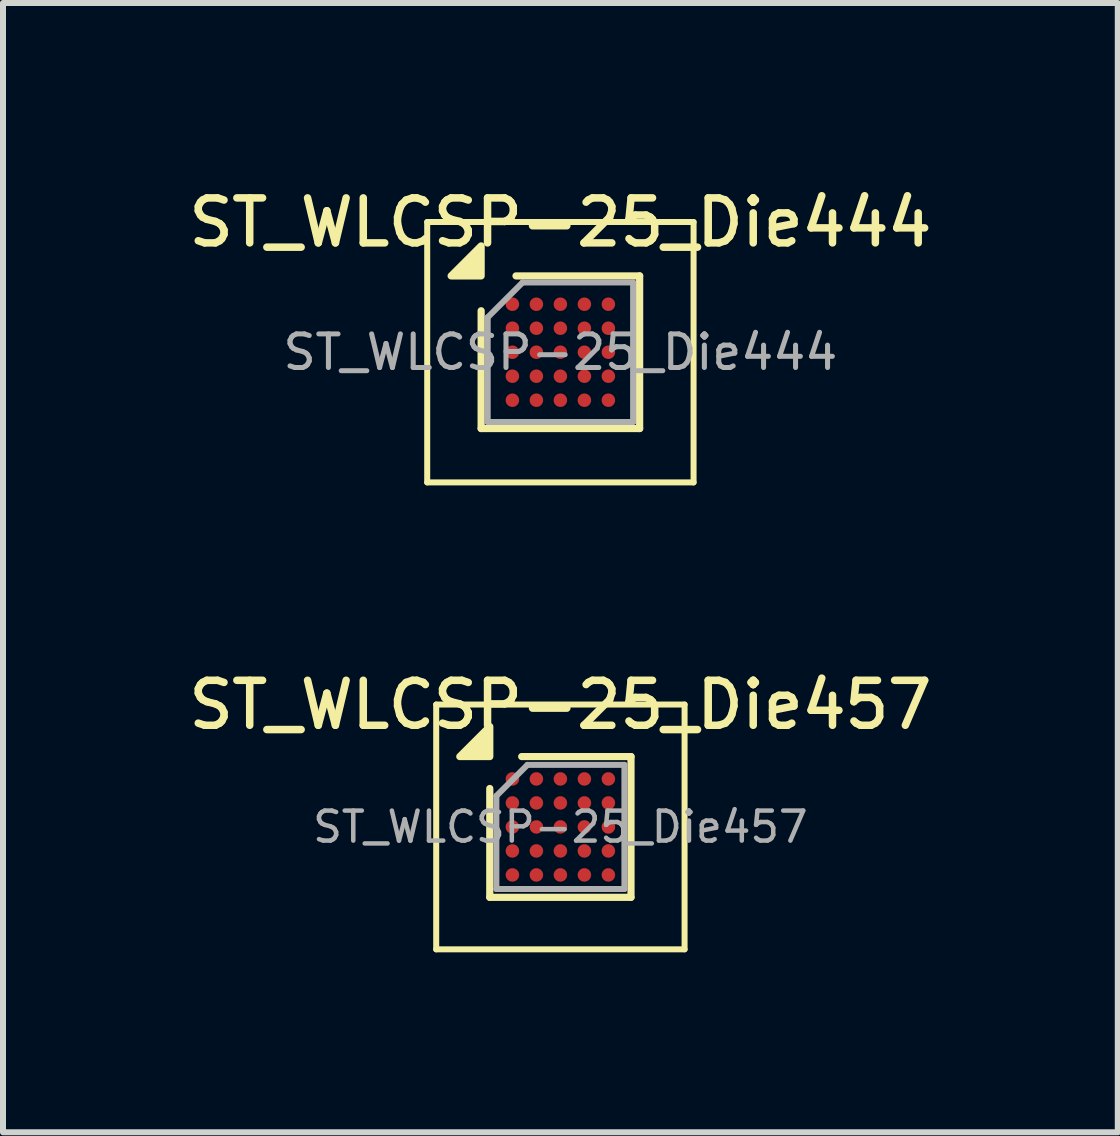
<source format=kicad_pcb>
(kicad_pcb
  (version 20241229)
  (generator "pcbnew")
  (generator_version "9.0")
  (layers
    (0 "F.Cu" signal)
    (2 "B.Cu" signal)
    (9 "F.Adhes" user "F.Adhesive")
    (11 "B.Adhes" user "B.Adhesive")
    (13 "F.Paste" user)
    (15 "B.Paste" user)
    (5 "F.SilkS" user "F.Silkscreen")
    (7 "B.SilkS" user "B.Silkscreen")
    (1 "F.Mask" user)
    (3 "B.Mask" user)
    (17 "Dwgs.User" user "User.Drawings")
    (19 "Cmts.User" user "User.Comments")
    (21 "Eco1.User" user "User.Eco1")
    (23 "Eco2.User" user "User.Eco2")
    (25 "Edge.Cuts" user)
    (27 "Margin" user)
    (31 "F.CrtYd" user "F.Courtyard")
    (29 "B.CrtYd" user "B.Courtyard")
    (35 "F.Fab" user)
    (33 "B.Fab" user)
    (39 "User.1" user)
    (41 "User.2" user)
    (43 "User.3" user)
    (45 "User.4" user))
  (footprint "ST_WLCSP-25_Die444"
    (layer "F.Cu")
    (at 6.291 2.821)
    (property "Reference" "ST_WLCSP-25_Die444" (at 0 -2.163 0) (layer "F.SilkS") (effects (font (size 0.75 0.75) (thickness 0.125))))
    (attr smd)
    (fp_line (start -2.22 -2.17) (end -2.22 2.17) (stroke (width 0.1) (type solid)) (layer "F.SilkS"))
    (fp_line (start -2.22 2.17) (end 2.22 2.17) (stroke (width 0.1) (type solid)) (layer "F.SilkS"))
    (fp_line (start -1.321 1.272) (end -1.321 -0.691) (stroke (width 0.12) (type solid)) (layer "F.SilkS"))
    (fp_line (start -0.74 -1.272) (end 1.321 -1.272) (stroke (width 0.12) (type solid)) (layer "F.SilkS"))
    (fp_line (start 1.321 -1.272) (end 1.321 1.272) (stroke (width 0.12) (type solid)) (layer "F.SilkS"))
    (fp_line (start 1.321 1.272) (end -1.321 1.272) (stroke (width 0.12) (type solid)) (layer "F.SilkS"))
    (fp_line (start 2.22 -2.17) (end -2.22 -2.17) (stroke (width 0.1) (type solid)) (layer "F.SilkS"))
    (fp_line (start 2.22 2.17) (end 2.22 -2.17) (stroke (width 0.1) (type solid)) (layer "F.SilkS"))
    (fp_poly (pts (xy -1.321 -1.272) (xy -1.821 -1.272) (xy -1.321 -1.772) (xy -1.321 -1.272)) (stroke (width 0.12) (type solid)) (fill yes) (layer "F.SilkS"))
    (fp_line (start -1.212 -0.581) (end -0.63 -1.163) (stroke (width 0.1) (type solid)) (layer "F.Fab"))
    (fp_line (start -1.212 1.163) (end -1.212 -0.581) (stroke (width 0.1) (type solid)) (layer "F.Fab"))
    (fp_line (start -0.63 -1.163) (end 1.212 -1.163) (stroke (width 0.1) (type solid)) (layer "F.Fab"))
    (fp_line (start 1.212 -1.163) (end 1.212 1.163) (stroke (width 0.1) (type solid)) (layer "F.Fab"))
    (fp_line (start 1.212 1.163) (end -1.212 1.163) (stroke (width 0.1) (type solid)) (layer "F.Fab"))
    (fp_text user "${REFERENCE}" (at 0 0 0) (layer "F.Fab") (effects (font (size 0.56 0.56) (thickness 0.084))))
    (pad "A1" smd circle (at -0.8 -0.8) (size 0.225 0.225) (property pad_prop_bga) (layers "F.Cu" "F.Mask" "F.Paste"))
    (pad "A2" smd circle (at -0.4 -0.8) (size 0.225 0.225) (property pad_prop_bga) (layers "F.Cu" "F.Mask" "F.Paste"))
    (pad "A3" smd circle (at 0 -0.8) (size 0.225 0.225) (property pad_prop_bga) (layers "F.Cu" "F.Mask" "F.Paste"))
    (pad "A4" smd circle (at 0.4 -0.8) (size 0.225 0.225) (property pad_prop_bga) (layers "F.Cu" "F.Mask" "F.Paste"))
    (pad "A5" smd circle (at 0.8 -0.8) (size 0.225 0.225) (property pad_prop_bga) (layers "F.Cu" "F.Mask" "F.Paste"))
    (pad "B1" smd circle (at -0.8 -0.4) (size 0.225 0.225) (property pad_prop_bga) (layers "F.Cu" "F.Mask" "F.Paste"))
    (pad "B2" smd circle (at -0.4 -0.4) (size 0.225 0.225) (property pad_prop_bga) (layers "F.Cu" "F.Mask" "F.Paste"))
    (pad "B3" smd circle (at 0 -0.4) (size 0.225 0.225) (property pad_prop_bga) (layers "F.Cu" "F.Mask" "F.Paste"))
    (pad "B4" smd circle (at 0.4 -0.4) (size 0.225 0.225) (property pad_prop_bga) (layers "F.Cu" "F.Mask" "F.Paste"))
    (pad "B5" smd circle (at 0.8 -0.4) (size 0.225 0.225) (property pad_prop_bga) (layers "F.Cu" "F.Mask" "F.Paste"))
    (pad "C1" smd circle (at -0.8 0) (size 0.225 0.225) (property pad_prop_bga) (layers "F.Cu" "F.Mask" "F.Paste"))
    (pad "C2" smd circle (at -0.4 0) (size 0.225 0.225) (property pad_prop_bga) (layers "F.Cu" "F.Mask" "F.Paste"))
    (pad "C3" smd circle (at 0 0) (size 0.225 0.225) (property pad_prop_bga) (layers "F.Cu" "F.Mask" "F.Paste"))
    (pad "C4" smd circle (at 0.4 0) (size 0.225 0.225) (property pad_prop_bga) (layers "F.Cu" "F.Mask" "F.Paste"))
    (pad "C5" smd circle (at 0.8 0) (size 0.225 0.225) (property pad_prop_bga) (layers "F.Cu" "F.Mask" "F.Paste"))
    (pad "D1" smd circle (at -0.8 0.4) (size 0.225 0.225) (property pad_prop_bga) (layers "F.Cu" "F.Mask" "F.Paste"))
    (pad "D2" smd circle (at -0.4 0.4) (size 0.225 0.225) (property pad_prop_bga) (layers "F.Cu" "F.Mask" "F.Paste"))
    (pad "D3" smd circle (at 0 0.4) (size 0.225 0.225) (property pad_prop_bga) (layers "F.Cu" "F.Mask" "F.Paste"))
    (pad "D4" smd circle (at 0.4 0.4) (size 0.225 0.225) (property pad_prop_bga) (layers "F.Cu" "F.Mask" "F.Paste"))
    (pad "D5" smd circle (at 0.8 0.4) (size 0.225 0.225) (property pad_prop_bga) (layers "F.Cu" "F.Mask" "F.Paste"))
    (pad "E1" smd circle (at -0.8 0.8) (size 0.225 0.225) (property pad_prop_bga) (layers "F.Cu" "F.Mask" "F.Paste"))
    (pad "E2" smd circle (at -0.4 0.8) (size 0.225 0.225) (property pad_prop_bga) (layers "F.Cu" "F.Mask" "F.Paste"))
    (pad "E3" smd circle (at 0 0.8) (size 0.225 0.225) (property pad_prop_bga) (layers "F.Cu" "F.Mask" "F.Paste"))
    (pad "E4" smd circle (at 0.4 0.8) (size 0.225 0.225) (property pad_prop_bga) (layers "F.Cu" "F.Mask" "F.Paste"))
    (pad "E5" smd circle (at 0.8 0.8) (size 0.225 0.225) (property pad_prop_bga) (layers "F.Cu" "F.Mask" "F.Paste")))
  (footprint "ST_WLCSP-25_Die457"
    (layer "F.Cu")
    (at 6.291 10.734)
    (property "Reference" "ST_WLCSP-25_Die457" (at 0 -2.035 0) (layer "F.SilkS") (effects (font (size 0.75 0.75) (thickness 0.125))))
    (attr smd)
    (fp_line (start -2.07 -2.04) (end -2.07 2.04) (stroke (width 0.1) (type solid)) (layer "F.SilkS"))
    (fp_line (start -2.07 2.04) (end 2.07 2.04) (stroke (width 0.1) (type solid)) (layer "F.SilkS"))
    (fp_line (start -1.177 1.173) (end -1.177 -0.641) (stroke (width 0.12) (type solid)) (layer "F.SilkS"))
    (fp_line (start -0.645 -1.173) (end 1.177 -1.173) (stroke (width 0.12) (type solid)) (layer "F.SilkS"))
    (fp_line (start 1.177 -1.173) (end 1.177 1.173) (stroke (width 0.12) (type solid)) (layer "F.SilkS"))
    (fp_line (start 1.177 1.173) (end -1.177 1.173) (stroke (width 0.12) (type solid)) (layer "F.SilkS"))
    (fp_line (start 2.07 -2.04) (end -2.07 -2.04) (stroke (width 0.1) (type solid)) (layer "F.SilkS"))
    (fp_line (start 2.07 2.04) (end 2.07 -2.04) (stroke (width 0.1) (type solid)) (layer "F.SilkS"))
    (fp_poly (pts (xy -1.177 -1.173) (xy -1.677 -1.173) (xy -1.177 -1.673) (xy -1.177 -1.173)) (stroke (width 0.12) (type solid)) (fill yes) (layer "F.SilkS"))
    (fp_line (start -1.067 -0.517) (end -0.549 -1.035) (stroke (width 0.1) (type solid)) (layer "F.Fab"))
    (fp_line (start -1.067 1.035) (end -1.067 -0.517) (stroke (width 0.1) (type solid)) (layer "F.Fab"))
    (fp_line (start -0.549 -1.035) (end 1.067 -1.035) (stroke (width 0.1) (type solid)) (layer "F.Fab"))
    (fp_line (start 1.067 -1.035) (end 1.067 1.035) (stroke (width 0.1) (type solid)) (layer "F.Fab"))
    (fp_line (start 1.067 1.035) (end -1.067 1.035) (stroke (width 0.1) (type solid)) (layer "F.Fab"))
    (fp_text user "${REFERENCE}" (at 0 0 0) (layer "F.Fab") (effects (font (size 0.5 0.5) (thickness 0.075))))
    (pad "A1" smd circle (at -0.8 -0.8) (size 0.225 0.225) (property pad_prop_bga) (layers "F.Cu" "F.Mask" "F.Paste"))
    (pad "A2" smd circle (at -0.4 -0.8) (size 0.225 0.225) (property pad_prop_bga) (layers "F.Cu" "F.Mask" "F.Paste"))
    (pad "A3" smd circle (at 0 -0.8) (size 0.225 0.225) (property pad_prop_bga) (layers "F.Cu" "F.Mask" "F.Paste"))
    (pad "A4" smd circle (at 0.4 -0.8) (size 0.225 0.225) (property pad_prop_bga) (layers "F.Cu" "F.Mask" "F.Paste"))
    (pad "A5" smd circle (at 0.8 -0.8) (size 0.225 0.225) (property pad_prop_bga) (layers "F.Cu" "F.Mask" "F.Paste"))
    (pad "B1" smd circle (at -0.8 -0.4) (size 0.225 0.225) (property pad_prop_bga) (layers "F.Cu" "F.Mask" "F.Paste"))
    (pad "B2" smd circle (at -0.4 -0.4) (size 0.225 0.225) (property pad_prop_bga) (layers "F.Cu" "F.Mask" "F.Paste"))
    (pad "B3" smd circle (at 0 -0.4) (size 0.225 0.225) (property pad_prop_bga) (layers "F.Cu" "F.Mask" "F.Paste"))
    (pad "B4" smd circle (at 0.4 -0.4) (size 0.225 0.225) (property pad_prop_bga) (layers "F.Cu" "F.Mask" "F.Paste"))
    (pad "B5" smd circle (at 0.8 -0.4) (size 0.225 0.225) (property pad_prop_bga) (layers "F.Cu" "F.Mask" "F.Paste"))
    (pad "C1" smd circle (at -0.8 0) (size 0.225 0.225) (property pad_prop_bga) (layers "F.Cu" "F.Mask" "F.Paste"))
    (pad "C2" smd circle (at -0.4 0) (size 0.225 0.225) (property pad_prop_bga) (layers "F.Cu" "F.Mask" "F.Paste"))
    (pad "C3" smd circle (at 0 0) (size 0.225 0.225) (property pad_prop_bga) (layers "F.Cu" "F.Mask" "F.Paste"))
    (pad "C4" smd circle (at 0.4 0) (size 0.225 0.225) (property pad_prop_bga) (layers "F.Cu" "F.Mask" "F.Paste"))
    (pad "C5" smd circle (at 0.8 0) (size 0.225 0.225) (property pad_prop_bga) (layers "F.Cu" "F.Mask" "F.Paste"))
    (pad "D1" smd circle (at -0.8 0.4) (size 0.225 0.225) (property pad_prop_bga) (layers "F.Cu" "F.Mask" "F.Paste"))
    (pad "D2" smd circle (at -0.4 0.4) (size 0.225 0.225) (property pad_prop_bga) (layers "F.Cu" "F.Mask" "F.Paste"))
    (pad "D3" smd circle (at 0 0.4) (size 0.225 0.225) (property pad_prop_bga) (layers "F.Cu" "F.Mask" "F.Paste"))
    (pad "D4" smd circle (at 0.4 0.4) (size 0.225 0.225) (property pad_prop_bga) (layers "F.Cu" "F.Mask" "F.Paste"))
    (pad "D5" smd circle (at 0.8 0.4) (size 0.225 0.225) (property pad_prop_bga) (layers "F.Cu" "F.Mask" "F.Paste"))
    (pad "E1" smd circle (at -0.8 0.8) (size 0.225 0.225) (property pad_prop_bga) (layers "F.Cu" "F.Mask" "F.Paste"))
    (pad "E2" smd circle (at -0.4 0.8) (size 0.225 0.225) (property pad_prop_bga) (layers "F.Cu" "F.Mask" "F.Paste"))
    (pad "E3" smd circle (at 0 0.8) (size 0.225 0.225) (property pad_prop_bga) (layers "F.Cu" "F.Mask" "F.Paste"))
    (pad "E4" smd circle (at 0.4 0.8) (size 0.225 0.225) (property pad_prop_bga) (layers "F.Cu" "F.Mask" "F.Paste"))
    (pad "E5" smd circle (at 0.8 0.8) (size 0.225 0.225) (property pad_prop_bga) (layers "F.Cu" "F.Mask" "F.Paste")))
  (gr_rect
    (start -3 -3)
    (end 15.582 15.824)
    (stroke (width 0.1) (type default))
    (fill no)
    (layer "Edge.Cuts")))
</source>
